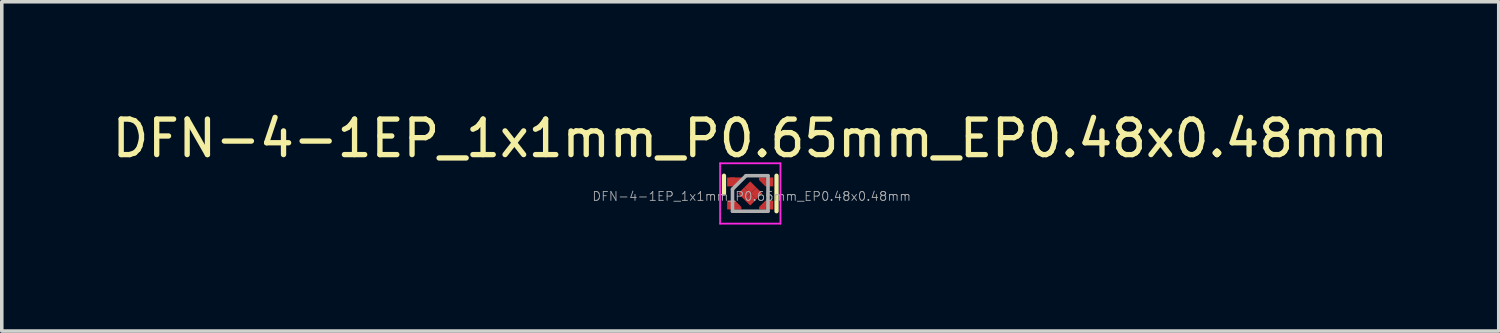
<source format=kicad_pcb>
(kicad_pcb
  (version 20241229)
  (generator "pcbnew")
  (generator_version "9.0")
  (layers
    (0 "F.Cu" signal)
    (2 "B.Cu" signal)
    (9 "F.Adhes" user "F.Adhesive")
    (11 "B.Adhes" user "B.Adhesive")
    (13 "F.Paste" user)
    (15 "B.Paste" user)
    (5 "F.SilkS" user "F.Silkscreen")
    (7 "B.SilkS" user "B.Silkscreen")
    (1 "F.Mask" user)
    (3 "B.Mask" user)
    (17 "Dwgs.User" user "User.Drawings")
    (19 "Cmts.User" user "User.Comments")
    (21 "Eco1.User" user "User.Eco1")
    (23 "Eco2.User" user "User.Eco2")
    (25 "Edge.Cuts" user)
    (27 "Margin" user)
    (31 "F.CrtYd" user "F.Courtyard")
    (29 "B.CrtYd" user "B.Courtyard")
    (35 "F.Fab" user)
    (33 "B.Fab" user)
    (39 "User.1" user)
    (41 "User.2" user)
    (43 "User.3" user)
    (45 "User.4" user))
  (footprint "DFN-4-1EP_1x1mm_P0.65mm_EP0.48x0.48mm"
    (layer "F.Cu")
    (at 18.077 2.398)
    (property "Reference" "DFN-4-1EP_1x1mm_P0.65mm_EP0.48x0.48mm" (at 0 -1.55 0) (layer "F.SilkS") (effects (font (size 1 1) (thickness 0.15))))
    (attr smd)
    (fp_line (start -0.74 -0.5) (end -0.74 0) (stroke (width 0.12) (type solid)) (layer "F.SilkS"))
    (fp_line (start 0.74 -0.5) (end 0.74 0.5) (stroke (width 0.12) (type solid)) (layer "F.SilkS"))
    (fp_line (start -0.85 -0.85) (end -0.85 0.85) (stroke (width 0.05) (type solid)) (layer "F.CrtYd"))
    (fp_line (start -0.85 0.85) (end 0.85 0.85) (stroke (width 0.05) (type solid)) (layer "F.CrtYd"))
    (fp_line (start 0.85 -0.85) (end -0.85 -0.85) (stroke (width 0.05) (type solid)) (layer "F.CrtYd"))
    (fp_line (start 0.85 0.85) (end 0.85 -0.85) (stroke (width 0.05) (type solid)) (layer "F.CrtYd"))
    (fp_line (start -0.5 0.5) (end -0.5 -0.12) (stroke (width 0.1) (type solid)) (layer "F.Fab"))
    (fp_line (start -0.12 -0.5) (end -0.5 -0.12) (stroke (width 0.1) (type solid)) (layer "F.Fab"))
    (fp_line (start -0.12 -0.5) (end 0.5 -0.5) (stroke (width 0.1) (type solid)) (layer "F.Fab"))
    (fp_line (start 0.5 -0.5) (end 0.5 0.5) (stroke (width 0.1) (type solid)) (layer "F.Fab"))
    (fp_line (start 0.5 0.5) (end -0.5 0.5) (stroke (width 0.1) (type solid)) (layer "F.Fab"))
    (fp_text user "${REFERENCE}" (at 0.04 0.08 0) (layer "F.Fab") (effects (font (size 0.25 0.25) (thickness 0.025))))
    (pad "1" smd rect (at -0.54 -0.325 270) (size 0.25 0.22) (layers "F.Cu" "F.Mask" "F.Paste"))
    (pad "1" smd trapezoid (at -0.43 -0.3 180) (size 0.2 0.2) (rect_delta 0 0.2) (layers "F.Cu" "F.Mask" "F.Paste"))
    (pad "1" smd trapezoid (at -0.38 -0.35 180) (size 0.2 0.2) (rect_delta 0 0.2) (layers "F.Cu" "F.Mask" "F.Paste"))
    (pad "2" smd rect (at -0.54 0.325 270) (size 0.25 0.22) (layers "F.Cu" "F.Mask" "F.Paste"))
    (pad "2" smd trapezoid (at -0.43 0.29 90) (size 0.18 0.18) (rect_delta 0.18 0) (layers "F.Cu" "F.Mask" "F.Paste"))
    (pad "2" smd rect (at -0.345 0.415 90) (size 0.07 0.19) (layers "F.Cu" "F.Mask" "F.Paste"))
    (pad "3" smd rect (at 0.345 0.415 90) (size 0.07 0.19) (layers "F.Cu" "F.Mask" "F.Paste"))
    (pad "3" smd trapezoid (at 0.43 0.29) (size 0.18 0.18) (rect_delta 0 0.18) (layers "F.Cu" "F.Mask" "F.Paste"))
    (pad "3" smd rect (at 0.54 0.325 270) (size 0.25 0.22) (layers "F.Cu" "F.Mask" "F.Paste"))
    (pad "4" smd rect (at 0.34 -0.415 90) (size 0.07 0.19) (layers "F.Cu" "F.Mask" "F.Paste"))
    (pad "4" smd trapezoid (at 0.425 -0.29 270) (size 0.18 0.18) (rect_delta 0.18 0) (layers "F.Cu" "F.Mask" "F.Paste"))
    (pad "4" smd rect (at 0.54 -0.325 270) (size 0.25 0.22) (layers "F.Cu" "F.Mask" "F.Paste"))
    (pad "5" smd rect (at -0.17 0 315) (size 0.24 0.24) (layers "F.Cu" "F.Mask" "F.Paste"))
    (pad "5" smd rect (at 0 -0.17 315) (size 0.24 0.24) (layers "F.Cu" "F.Mask" "F.Paste"))
    (pad "5" smd rect (at 0 0.17 315) (size 0.24 0.24) (layers "F.Cu" "F.Mask" "F.Paste"))
    (pad "5" smd rect (at 0.17 0 315) (size 0.24 0.24) (layers "F.Cu" "F.Mask" "F.Paste")))
  (gr_rect
    (start -3 -3)
    (end 39.155 6.273)
    (stroke (width 0.1) (type default))
    (fill no)
    (layer "Edge.Cuts")))
</source>
